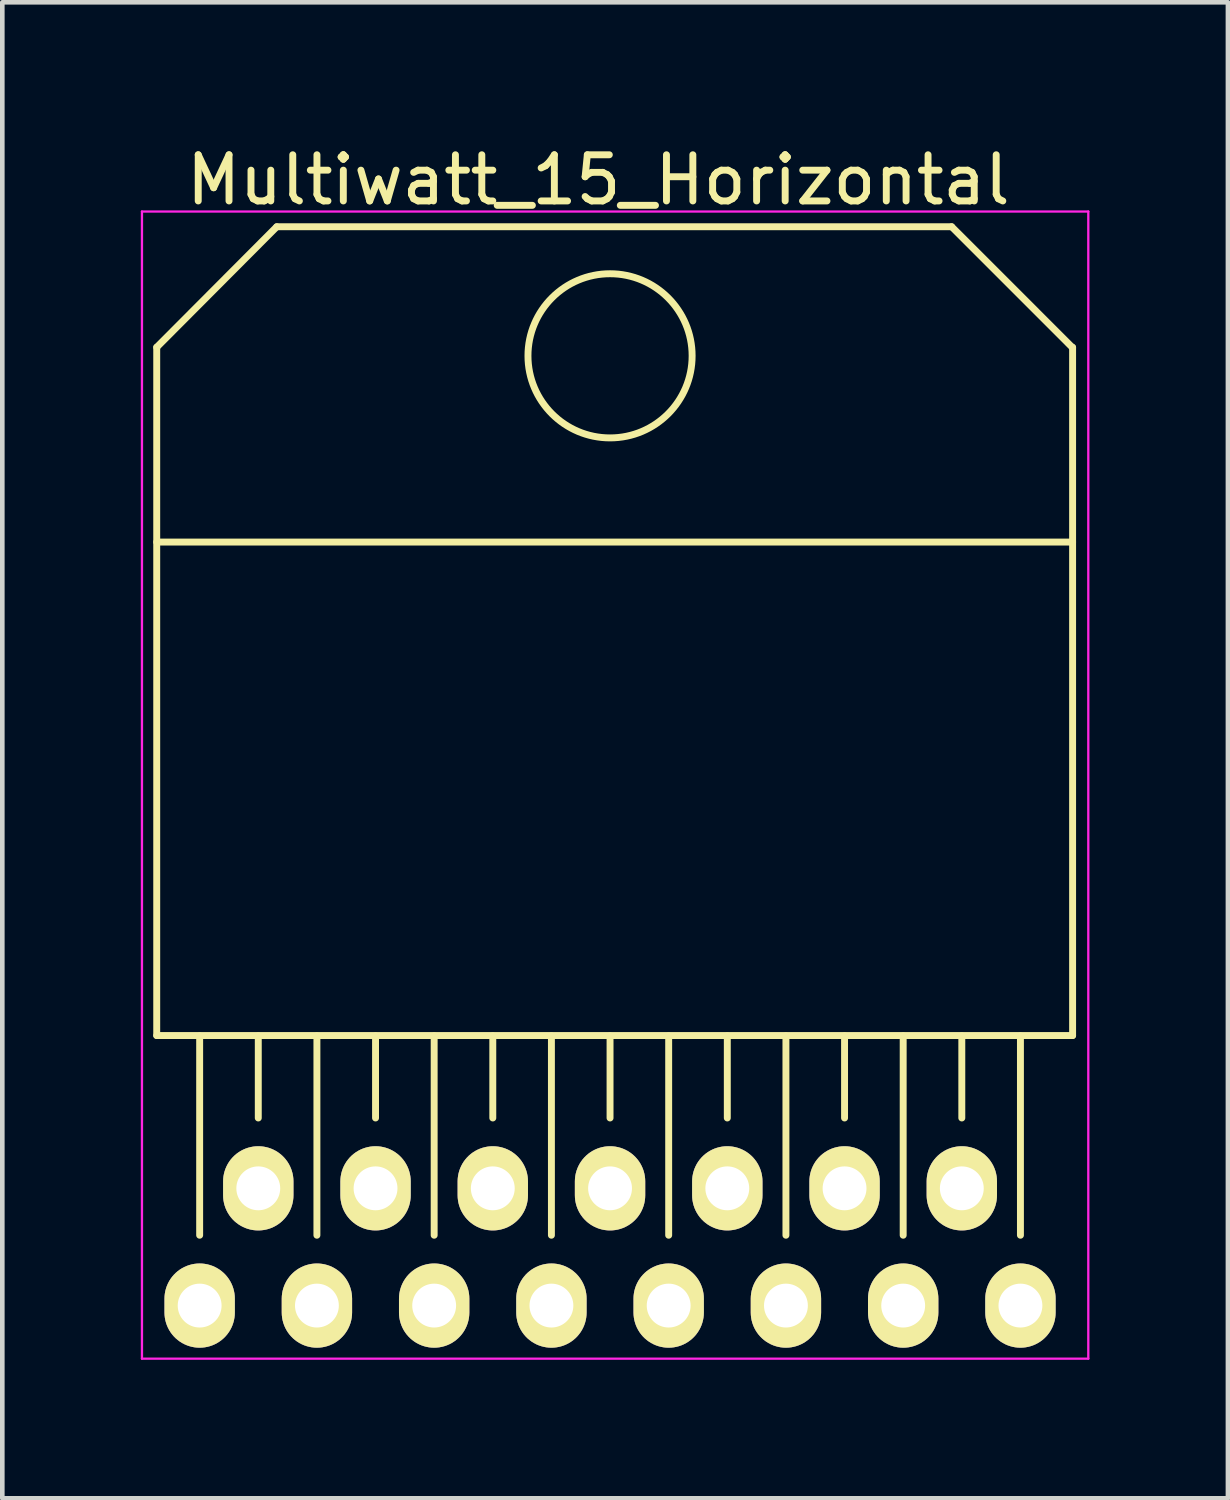
<source format=kicad_pcb>
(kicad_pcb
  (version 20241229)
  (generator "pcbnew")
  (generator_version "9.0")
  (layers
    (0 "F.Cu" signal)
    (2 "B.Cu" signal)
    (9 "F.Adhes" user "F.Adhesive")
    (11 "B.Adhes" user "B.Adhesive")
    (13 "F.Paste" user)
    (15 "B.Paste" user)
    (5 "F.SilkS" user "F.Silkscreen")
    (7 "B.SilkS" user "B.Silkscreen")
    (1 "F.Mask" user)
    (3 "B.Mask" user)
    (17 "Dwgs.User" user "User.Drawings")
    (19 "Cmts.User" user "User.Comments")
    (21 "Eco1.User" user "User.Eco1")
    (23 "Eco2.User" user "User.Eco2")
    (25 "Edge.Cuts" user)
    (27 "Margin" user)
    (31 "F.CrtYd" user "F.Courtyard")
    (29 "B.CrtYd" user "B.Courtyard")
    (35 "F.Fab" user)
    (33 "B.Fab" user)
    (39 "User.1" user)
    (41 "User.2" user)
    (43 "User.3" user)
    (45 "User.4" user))
  (footprint "Multiwatt_15_Horizontal"
    (layer "F.Cu")
    (at 1.275 25.232)
    (property "Reference" "Multiwatt_15_Horizontal" (at 8.636 -24.384 0) (layer "F.SilkS") (effects (font (size 1 1) (thickness 0.15))))
    (attr through_hole)
    (fp_line (start -0.93 -16.54) (end 18.91 -16.54) (stroke (width 0.15) (type solid)) (layer "F.SilkS"))
    (fp_line (start -0.93 -5.85) (end -0.93 -20.76) (stroke (width 0.15) (type solid)) (layer "F.SilkS"))
    (fp_line (start 0 -1.524) (end 0 -5.842) (stroke (width 0.15) (type solid)) (layer "F.SilkS"))
    (fp_line (start 1.27 -4.064) (end 1.27 -5.842) (stroke (width 0.15) (type solid)) (layer "F.SilkS"))
    (fp_line (start 1.67 -23.37) (end -0.93 -20.76) (stroke (width 0.15) (type solid)) (layer "F.SilkS"))
    (fp_line (start 2.54 -1.524) (end 2.54 -5.842) (stroke (width 0.15) (type solid)) (layer "F.SilkS"))
    (fp_line (start 3.81 -4.064) (end 3.81 -5.842) (stroke (width 0.15) (type solid)) (layer "F.SilkS"))
    (fp_line (start 5.08 -1.524) (end 5.08 -5.842) (stroke (width 0.15) (type solid)) (layer "F.SilkS"))
    (fp_line (start 6.35 -4.064) (end 6.35 -5.842) (stroke (width 0.15) (type solid)) (layer "F.SilkS"))
    (fp_line (start 7.62 -1.524) (end 7.62 -5.842) (stroke (width 0.15) (type solid)) (layer "F.SilkS"))
    (fp_line (start 8.89 -4.064) (end 8.89 -5.842) (stroke (width 0.15) (type solid)) (layer "F.SilkS"))
    (fp_line (start 10.16 -1.524) (end 10.16 -5.842) (stroke (width 0.15) (type solid)) (layer "F.SilkS"))
    (fp_line (start 11.43 -4.064) (end 11.43 -5.842) (stroke (width 0.15) (type solid)) (layer "F.SilkS"))
    (fp_line (start 12.7 -1.524) (end 12.7 -5.842) (stroke (width 0.15) (type solid)) (layer "F.SilkS"))
    (fp_line (start 13.97 -4.064) (end 13.97 -5.842) (stroke (width 0.15) (type solid)) (layer "F.SilkS"))
    (fp_line (start 15.24 -1.524) (end 15.24 -5.842) (stroke (width 0.15) (type solid)) (layer "F.SilkS"))
    (fp_line (start 16.29 -23.37) (end 1.67 -23.37) (stroke (width 0.15) (type solid)) (layer "F.SilkS"))
    (fp_line (start 16.51 -4.064) (end 16.51 -5.842) (stroke (width 0.15) (type solid)) (layer "F.SilkS"))
    (fp_line (start 17.78 -1.524) (end 17.78 -5.842) (stroke (width 0.15) (type solid)) (layer "F.SilkS"))
    (fp_line (start 18.91 -20.75) (end 16.29 -23.37) (stroke (width 0.15) (type solid)) (layer "F.SilkS"))
    (fp_line (start 18.91 -5.85) (end -0.93 -5.85) (stroke (width 0.15) (type solid)) (layer "F.SilkS"))
    (fp_line (start 18.91 -5.85) (end 18.91 -20.76) (stroke (width 0.15) (type solid)) (layer "F.SilkS"))
    (fp_circle (center 8.89 -20.574) (end 8.89 -22.352) (stroke (width 0.15) (type solid)) (fill no) (layer "F.SilkS"))
    (fp_line (start -1.25 -23.7) (end 19.25 -23.7) (stroke (width 0.05) (type solid)) (layer "F.CrtYd"))
    (fp_line (start -1.25 1.15) (end -1.25 -23.7) (stroke (width 0.05) (type solid)) (layer "F.CrtYd"))
    (fp_line (start -1.25 1.15) (end 19.25 1.15) (stroke (width 0.05) (type solid)) (layer "F.CrtYd"))
    (fp_line (start 19.25 1.15) (end 19.25 -23.7) (stroke (width 0.05) (type solid)) (layer "F.CrtYd"))
    (pad "1" thru_hole oval (at 0 0) (size 1.524 1.824) (drill 0.95) (layers "*.Cu" "*.Mask" "F.SilkS"))
    (pad "2" thru_hole oval (at 1.27 -2.54) (size 1.524 1.824) (drill 0.95) (layers "*.Cu" "*.Mask" "F.SilkS"))
    (pad "3" thru_hole oval (at 2.54 0) (size 1.524 1.824) (drill 0.95) (layers "*.Cu" "*.Mask" "F.SilkS"))
    (pad "4" thru_hole oval (at 3.81 -2.54) (size 1.524 1.824) (drill 0.95) (layers "*.Cu" "*.Mask" "F.SilkS"))
    (pad "5" thru_hole oval (at 5.08 0) (size 1.524 1.824) (drill 0.95) (layers "*.Cu" "*.Mask" "F.SilkS"))
    (pad "6" thru_hole oval (at 6.35 -2.54) (size 1.524 1.824) (drill 0.95) (layers "*.Cu" "*.Mask" "F.SilkS"))
    (pad "7" thru_hole oval (at 7.62 0) (size 1.524 1.824) (drill 0.95) (layers "*.Cu" "*.Mask" "F.SilkS"))
    (pad "8" thru_hole oval (at 8.89 -2.54) (size 1.524 1.824) (drill 0.95) (layers "*.Cu" "*.Mask" "F.SilkS"))
    (pad "9" thru_hole oval (at 10.16 0) (size 1.524 1.824) (drill 0.95) (layers "*.Cu" "*.Mask" "F.SilkS"))
    (pad "10" thru_hole oval (at 11.43 -2.54) (size 1.524 1.824) (drill 0.95) (layers "*.Cu" "*.Mask" "F.SilkS"))
    (pad "11" thru_hole oval (at 12.7 0) (size 1.524 1.824) (drill 0.95) (layers "*.Cu" "*.Mask" "F.SilkS"))
    (pad "12" thru_hole oval (at 13.97 -2.54) (size 1.524 1.824) (drill 0.95) (layers "*.Cu" "*.Mask" "F.SilkS"))
    (pad "13" thru_hole oval (at 15.24 0) (size 1.524 1.824) (drill 0.95) (layers "*.Cu" "*.Mask" "F.SilkS"))
    (pad "14" thru_hole oval (at 16.51 -2.54) (size 1.524 1.824) (drill 0.95) (layers "*.Cu" "*.Mask" "F.SilkS"))
    (pad "15" thru_hole oval (at 17.78 0) (size 1.524 1.824) (drill 0.95) (layers "*.Cu" "*.Mask" "F.SilkS")))
  (gr_rect
    (start -3 -3)
    (end 23.55 29.407)
    (stroke (width 0.1) (type default))
    (fill no)
    (layer "Edge.Cuts")))
</source>
